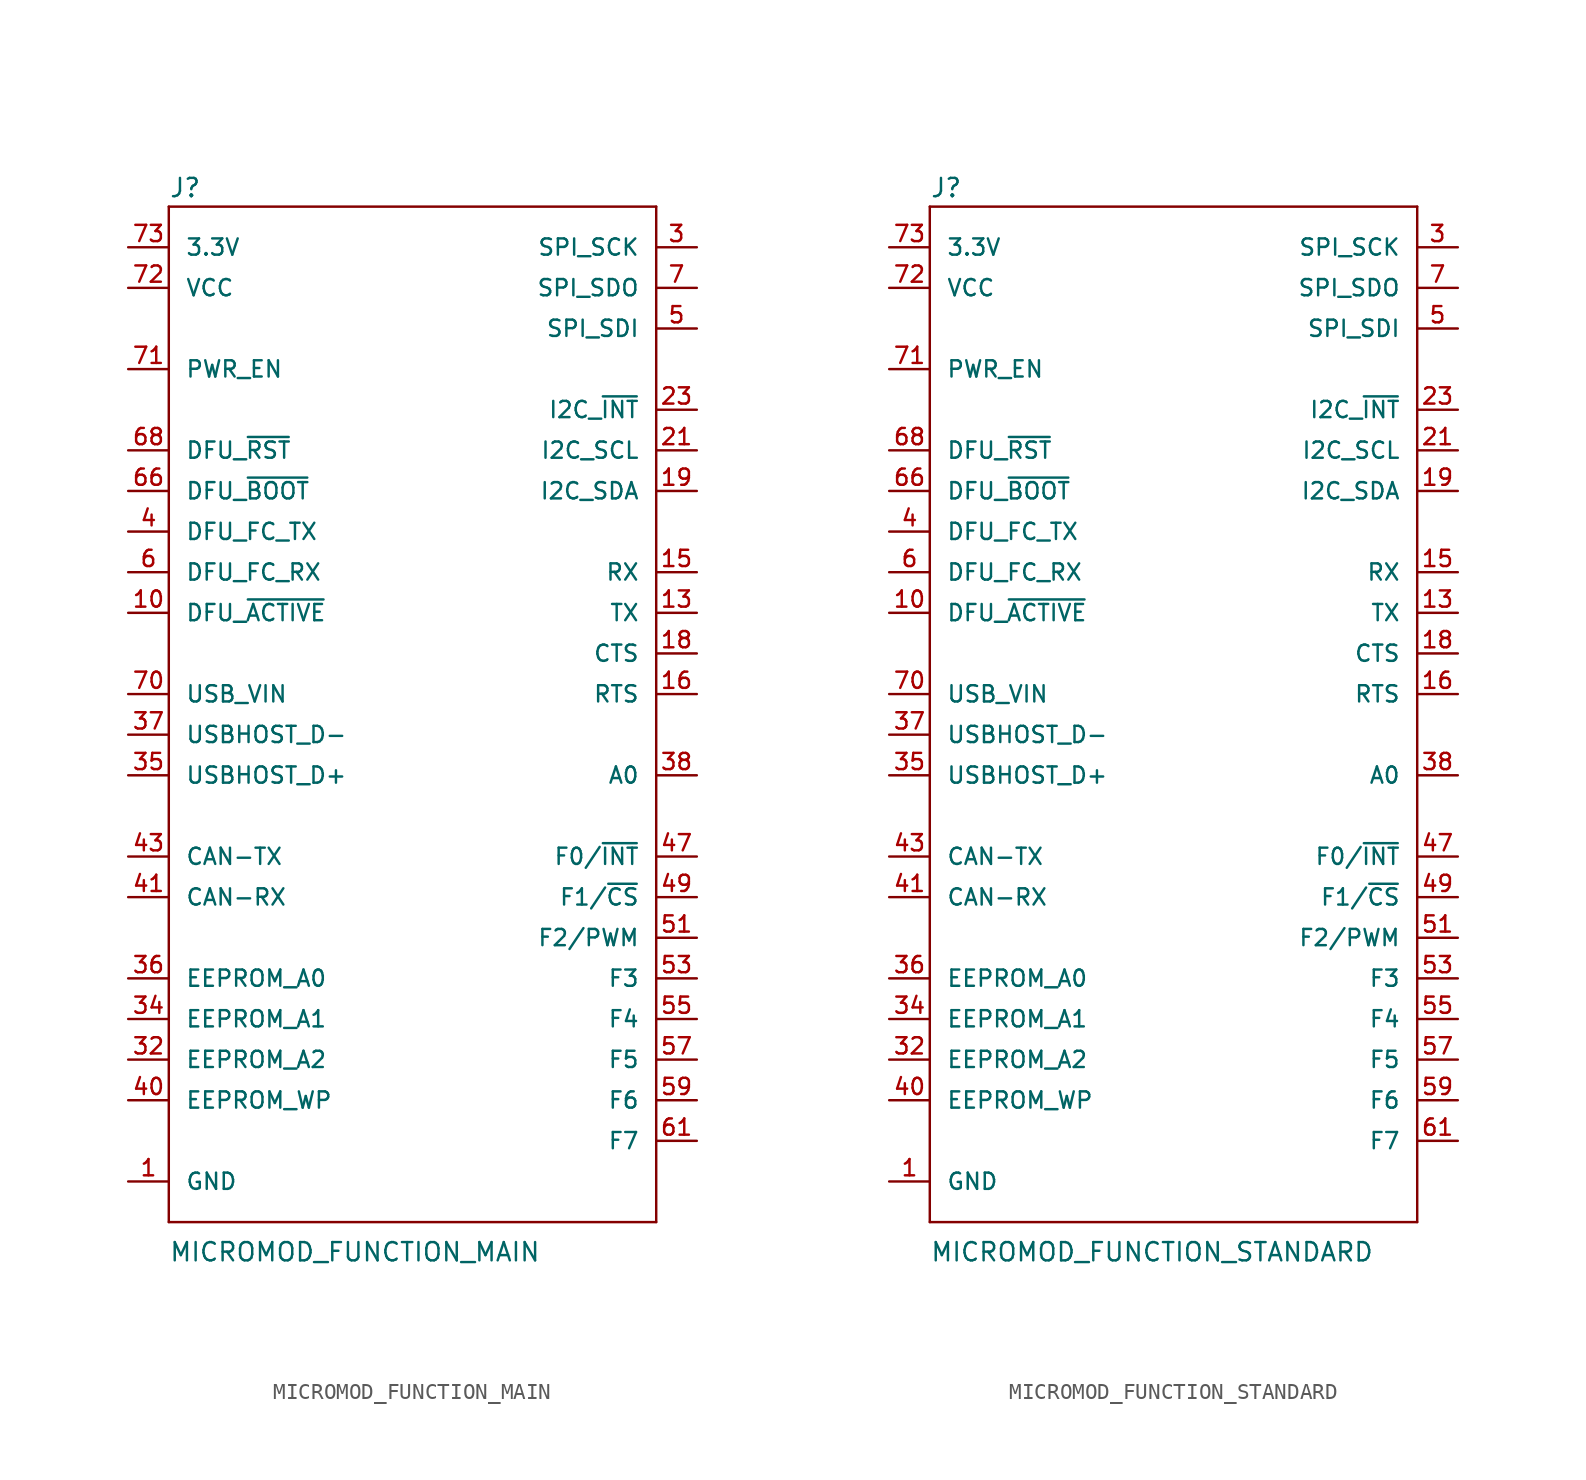
<source format=kicad_sym>
(kicad_symbol_lib
  (version 20211014)
  (generator kicad_symbol_editor)
  (symbol "MICROMOD_FUNCTION_MAIN"
    (pin_names
      (offset 1.016))
    (property "Reference" "J"
      (at -15.24 28.448 0)
      (effects (font (size 1.143 1.143)) (justify left bottom)))
    (property "Value" "MICROMOD_FUNCTION_MAIN"
      (at -15.24 -38.1 0)
      (effects (font (size 1.143 1.143)) (justify left bottom)))
    (property "ki_locked" ""
      (at 0 0 0)
      (effects (font (size 1.27 1.27))))
    (symbol "MICROMOD_FUNCTION_MAIN_1_0"
      (polyline (pts (xy -15.24 -35.56) (xy -15.24 27.94)) (stroke (width 0) (type default) (color 0 0 0 0)) (fill (type none)))
      (polyline (pts (xy -15.24 27.94) (xy 15.24 27.94)) (stroke (width 0) (type default) (color 0 0 0 0)) (fill (type none)))
      (polyline (pts (xy 15.24 -35.56) (xy -15.24 -35.56)) (stroke (width 0) (type default) (color 0 0 0 0)) (fill (type none)))
      (polyline (pts (xy 15.24 27.94) (xy 15.24 -35.56)) (stroke (width 0) (type default) (color 0 0 0 0)) (fill (type none))))
    (symbol "MICROMOD_FUNCTION_MAIN_1_1"
      (pin bidirectional line (at -17.78 -33.02 0) (length 2.54) (name "GND" (effects (font (size 1.016 1.016)))) (number "1" (effects (font (size 1.016 1.016)))))
      (pin bidirectional line (at -17.78 2.54 0) (length 2.54) (name "DFU_~{ACTIVE}" (effects (font (size 1.016 1.016)))) (number "10" (effects (font (size 1.016 1.016)))))
      (pin bidirectional line (at 17.78 2.54 180) (length 2.54) (name "TX" (effects (font (size 1.016 1.016)))) (number "13" (effects (font (size 1.016 1.016)))))
      (pin bidirectional line (at 17.78 5.08 180) (length 2.54) (name "RX" (effects (font (size 1.016 1.016)))) (number "15" (effects (font (size 1.016 1.016)))))
      (pin bidirectional line (at 17.78 -2.54 180) (length 2.54) (name "RTS" (effects (font (size 1.016 1.016)))) (number "16" (effects (font (size 1.016 1.016)))))
      (pin bidirectional line (at 17.78 0 180) (length 2.54) (name "CTS" (effects (font (size 1.016 1.016)))) (number "18" (effects (font (size 1.016 1.016)))))
      (pin bidirectional line (at 17.78 10.16 180) (length 2.54) (name "I2C_SDA" (effects (font (size 1.016 1.016)))) (number "19" (effects (font (size 1.016 1.016)))))
      (pin bidirectional line (at -17.78 -33.02 0) (length 2.54) hide (name "GND" (effects (font (size 1.016 1.016)))) (number "2" (effects (font (size 1.016 1.016)))))
      (pin bidirectional line (at 17.78 12.7 180) (length 2.54) (name "I2C_SCL" (effects (font (size 1.016 1.016)))) (number "21" (effects (font (size 1.016 1.016)))))
      (pin bidirectional line (at 17.78 15.24 180) (length 2.54) (name "I2C_~{INT}" (effects (font (size 1.016 1.016)))) (number "23" (effects (font (size 1.016 1.016)))))
      (pin bidirectional line (at 17.78 25.4 180) (length 2.54) (name "SPI_SCK" (effects (font (size 1.016 1.016)))) (number "3" (effects (font (size 1.016 1.016)))))
      (pin bidirectional line (at -17.78 -25.4 0) (length 2.54) (name "EEPROM_A2" (effects (font (size 1.016 1.016)))) (number "32" (effects (font (size 1.016 1.016)))))
      (pin bidirectional line (at -17.78 -33.02 0) (length 2.54) hide (name "GND" (effects (font (size 1.016 1.016)))) (number "33" (effects (font (size 1.016 1.016)))))
      (pin bidirectional line (at -17.78 -22.86 0) (length 2.54) (name "EEPROM_A1" (effects (font (size 1.016 1.016)))) (number "34" (effects (font (size 1.016 1.016)))))
      (pin bidirectional line (at -17.78 -7.62 0) (length 2.54) (name "USBHOST_D+" (effects (font (size 1.016 1.016)))) (number "35" (effects (font (size 1.016 1.016)))))
      (pin bidirectional line (at -17.78 -20.32 0) (length 2.54) (name "EEPROM_A0" (effects (font (size 1.016 1.016)))) (number "36" (effects (font (size 1.016 1.016)))))
      (pin bidirectional line (at -17.78 -5.08 0) (length 2.54) (name "USBHOST_D-" (effects (font (size 1.016 1.016)))) (number "37" (effects (font (size 1.016 1.016)))))
      (pin bidirectional line (at 17.78 -7.62 180) (length 2.54) (name "A0" (effects (font (size 1.016 1.016)))) (number "38" (effects (font (size 1.016 1.016)))))
      (pin bidirectional line (at -17.78 -33.02 0) (length 2.54) hide (name "GND" (effects (font (size 1.016 1.016)))) (number "39" (effects (font (size 1.016 1.016)))))
      (pin bidirectional line (at -17.78 7.62 0) (length 2.54) (name "DFU_FC_TX" (effects (font (size 1.016 1.016)))) (number "4" (effects (font (size 1.016 1.016)))))
      (pin bidirectional line (at -17.78 -27.94 0) (length 2.54) (name "EEPROM_WP" (effects (font (size 1.016 1.016)))) (number "40" (effects (font (size 1.016 1.016)))))
      (pin bidirectional line (at -17.78 -15.24 0) (length 2.54) (name "CAN-RX" (effects (font (size 1.016 1.016)))) (number "41" (effects (font (size 1.016 1.016)))))
      (pin bidirectional line (at -17.78 -12.7 0) (length 2.54) (name "CAN-TX" (effects (font (size 1.016 1.016)))) (number "43" (effects (font (size 1.016 1.016)))))
      (pin bidirectional line (at -17.78 -33.02 0) (length 2.54) hide (name "GND" (effects (font (size 1.016 1.016)))) (number "45" (effects (font (size 1.016 1.016)))))
      (pin bidirectional line (at 17.78 -12.7 180) (length 2.54) (name "F0/~{INT}" (effects (font (size 1.016 1.016)))) (number "47" (effects (font (size 1.016 1.016)))))
      (pin bidirectional line (at 17.78 -15.24 180) (length 2.54) (name "F1/~{CS}" (effects (font (size 1.016 1.016)))) (number "49" (effects (font (size 1.016 1.016)))))
      (pin bidirectional line (at 17.78 20.32 180) (length 2.54) (name "SPI_SDI" (effects (font (size 1.016 1.016)))) (number "5" (effects (font (size 1.016 1.016)))))
      (pin bidirectional line (at 17.78 -17.78 180) (length 2.54) (name "F2/PWM" (effects (font (size 1.016 1.016)))) (number "51" (effects (font (size 1.016 1.016)))))
      (pin bidirectional line (at 17.78 -20.32 180) (length 2.54) (name "F3" (effects (font (size 1.016 1.016)))) (number "53" (effects (font (size 1.016 1.016)))))
      (pin bidirectional line (at 17.78 -22.86 180) (length 2.54) (name "F4" (effects (font (size 1.016 1.016)))) (number "55" (effects (font (size 1.016 1.016)))))
      (pin bidirectional line (at 17.78 -25.4 180) (length 2.54) (name "F5" (effects (font (size 1.016 1.016)))) (number "57" (effects (font (size 1.016 1.016)))))
      (pin bidirectional line (at 17.78 -27.94 180) (length 2.54) (name "F6" (effects (font (size 1.016 1.016)))) (number "59" (effects (font (size 1.016 1.016)))))
      (pin bidirectional line (at -17.78 5.08 0) (length 2.54) (name "DFU_FC_RX" (effects (font (size 1.016 1.016)))) (number "6" (effects (font (size 1.016 1.016)))))
      (pin bidirectional line (at 17.78 -30.48 180) (length 2.54) (name "F7" (effects (font (size 1.016 1.016)))) (number "61" (effects (font (size 1.016 1.016)))))
      (pin bidirectional line (at -17.78 10.16 0) (length 2.54) (name "DFU_~{BOOT}" (effects (font (size 1.016 1.016)))) (number "66" (effects (font (size 1.016 1.016)))))
      (pin bidirectional line (at -17.78 12.7 0) (length 2.54) (name "DFU_~{RST}" (effects (font (size 1.016 1.016)))) (number "68" (effects (font (size 1.016 1.016)))))
      (pin bidirectional line (at 17.78 22.86 180) (length 2.54) (name "SPI_SDO" (effects (font (size 1.016 1.016)))) (number "7" (effects (font (size 1.016 1.016)))))
      (pin bidirectional line (at -17.78 -2.54 0) (length 2.54) (name "USB_VIN" (effects (font (size 1.016 1.016)))) (number "70" (effects (font (size 1.016 1.016)))))
      (pin bidirectional line (at -17.78 17.78 0) (length 2.54) (name "PWR_EN" (effects (font (size 1.016 1.016)))) (number "71" (effects (font (size 1.016 1.016)))))
      (pin bidirectional line (at -17.78 22.86 0) (length 2.54) (name "VCC" (effects (font (size 1.016 1.016)))) (number "72" (effects (font (size 1.016 1.016)))))
      (pin bidirectional line (at -17.78 25.4 0) (length 2.54) (name "3.3V" (effects (font (size 1.016 1.016)))) (number "73" (effects (font (size 1.016 1.016)))))
      (pin bidirectional line (at -17.78 22.86 0) (length 2.54) hide (name "VCC" (effects (font (size 1.016 1.016)))) (number "74" (effects (font (size 1.016 1.016)))))
      (pin bidirectional line (at -17.78 -33.02 0) (length 2.54) hide (name "GND" (effects (font (size 1.016 1.016)))) (number "75" (effects (font (size 1.016 1.016)))))
      (pin bidirectional line (at -17.78 -33.02 0) (length 2.54) hide (name "GND" (effects (font (size 1.016 1.016)))) (number "8" (effects (font (size 1.016 1.016)))))))
  (symbol "MICROMOD_FUNCTION_STANDARD"
    (pin_names
      (offset 1.016))
    (property "Reference" "J"
      (at -15.24 28.448 0)
      (effects (font (size 1.143 1.143)) (justify left bottom)))
    (property "Value" "MICROMOD_FUNCTION_STANDARD"
      (at -15.24 -38.1 0)
      (effects (font (size 1.143 1.143)) (justify left bottom)))
    (property "ki_locked" ""
      (at 0 0 0)
      (effects (font (size 1.27 1.27))))
    (symbol "MICROMOD_FUNCTION_STANDARD_1_0"
      (polyline (pts (xy -15.24 -35.56) (xy -15.24 27.94)) (stroke (width 0) (type default) (color 0 0 0 0)) (fill (type none)))
      (polyline (pts (xy -15.24 27.94) (xy 15.24 27.94)) (stroke (width 0) (type default) (color 0 0 0 0)) (fill (type none)))
      (polyline (pts (xy 15.24 -35.56) (xy -15.24 -35.56)) (stroke (width 0) (type default) (color 0 0 0 0)) (fill (type none)))
      (polyline (pts (xy 15.24 27.94) (xy 15.24 -35.56)) (stroke (width 0) (type default) (color 0 0 0 0)) (fill (type none))))
    (symbol "MICROMOD_FUNCTION_STANDARD_1_1"
      (pin bidirectional line (at -17.78 -33.02 0) (length 2.54) (name "GND" (effects (font (size 1.016 1.016)))) (number "1" (effects (font (size 1.016 1.016)))))
      (pin bidirectional line (at -17.78 2.54 0) (length 2.54) (name "DFU_~{ACTIVE}" (effects (font (size 1.016 1.016)))) (number "10" (effects (font (size 1.016 1.016)))))
      (pin bidirectional line (at 17.78 2.54 180) (length 2.54) (name "TX" (effects (font (size 1.016 1.016)))) (number "13" (effects (font (size 1.016 1.016)))))
      (pin bidirectional line (at 17.78 5.08 180) (length 2.54) (name "RX" (effects (font (size 1.016 1.016)))) (number "15" (effects (font (size 1.016 1.016)))))
      (pin bidirectional line (at 17.78 -2.54 180) (length 2.54) (name "RTS" (effects (font (size 1.016 1.016)))) (number "16" (effects (font (size 1.016 1.016)))))
      (pin bidirectional line (at 17.78 0 180) (length 2.54) (name "CTS" (effects (font (size 1.016 1.016)))) (number "18" (effects (font (size 1.016 1.016)))))
      (pin bidirectional line (at 17.78 10.16 180) (length 2.54) (name "I2C_SDA" (effects (font (size 1.016 1.016)))) (number "19" (effects (font (size 1.016 1.016)))))
      (pin bidirectional line (at -17.78 -33.02 0) (length 2.54) hide (name "GND" (effects (font (size 1.016 1.016)))) (number "2" (effects (font (size 1.016 1.016)))))
      (pin bidirectional line (at 17.78 12.7 180) (length 2.54) (name "I2C_SCL" (effects (font (size 1.016 1.016)))) (number "21" (effects (font (size 1.016 1.016)))))
      (pin bidirectional line (at 17.78 15.24 180) (length 2.54) (name "I2C_~{INT}" (effects (font (size 1.016 1.016)))) (number "23" (effects (font (size 1.016 1.016)))))
      (pin bidirectional line (at 17.78 25.4 180) (length 2.54) (name "SPI_SCK" (effects (font (size 1.016 1.016)))) (number "3" (effects (font (size 1.016 1.016)))))
      (pin bidirectional line (at -17.78 -25.4 0) (length 2.54) (name "EEPROM_A2" (effects (font (size 1.016 1.016)))) (number "32" (effects (font (size 1.016 1.016)))))
      (pin bidirectional line (at -17.78 -33.02 0) (length 2.54) hide (name "GND" (effects (font (size 1.016 1.016)))) (number "33" (effects (font (size 1.016 1.016)))))
      (pin bidirectional line (at -17.78 -22.86 0) (length 2.54) (name "EEPROM_A1" (effects (font (size 1.016 1.016)))) (number "34" (effects (font (size 1.016 1.016)))))
      (pin bidirectional line (at -17.78 -7.62 0) (length 2.54) (name "USBHOST_D+" (effects (font (size 1.016 1.016)))) (number "35" (effects (font (size 1.016 1.016)))))
      (pin bidirectional line (at -17.78 -20.32 0) (length 2.54) (name "EEPROM_A0" (effects (font (size 1.016 1.016)))) (number "36" (effects (font (size 1.016 1.016)))))
      (pin bidirectional line (at -17.78 -5.08 0) (length 2.54) (name "USBHOST_D-" (effects (font (size 1.016 1.016)))) (number "37" (effects (font (size 1.016 1.016)))))
      (pin bidirectional line (at 17.78 -7.62 180) (length 2.54) (name "A0" (effects (font (size 1.016 1.016)))) (number "38" (effects (font (size 1.016 1.016)))))
      (pin bidirectional line (at -17.78 -33.02 0) (length 2.54) hide (name "GND" (effects (font (size 1.016 1.016)))) (number "39" (effects (font (size 1.016 1.016)))))
      (pin bidirectional line (at -17.78 7.62 0) (length 2.54) (name "DFU_FC_TX" (effects (font (size 1.016 1.016)))) (number "4" (effects (font (size 1.016 1.016)))))
      (pin bidirectional line (at -17.78 -27.94 0) (length 2.54) (name "EEPROM_WP" (effects (font (size 1.016 1.016)))) (number "40" (effects (font (size 1.016 1.016)))))
      (pin bidirectional line (at -17.78 -15.24 0) (length 2.54) (name "CAN-RX" (effects (font (size 1.016 1.016)))) (number "41" (effects (font (size 1.016 1.016)))))
      (pin bidirectional line (at -17.78 -12.7 0) (length 2.54) (name "CAN-TX" (effects (font (size 1.016 1.016)))) (number "43" (effects (font (size 1.016 1.016)))))
      (pin bidirectional line (at -17.78 -33.02 0) (length 2.54) hide (name "GND" (effects (font (size 1.016 1.016)))) (number "45" (effects (font (size 1.016 1.016)))))
      (pin bidirectional line (at 17.78 -12.7 180) (length 2.54) (name "F0/~{INT}" (effects (font (size 1.016 1.016)))) (number "47" (effects (font (size 1.016 1.016)))))
      (pin bidirectional line (at 17.78 -15.24 180) (length 2.54) (name "F1/~{CS}" (effects (font (size 1.016 1.016)))) (number "49" (effects (font (size 1.016 1.016)))))
      (pin bidirectional line (at 17.78 20.32 180) (length 2.54) (name "SPI_SDI" (effects (font (size 1.016 1.016)))) (number "5" (effects (font (size 1.016 1.016)))))
      (pin bidirectional line (at 17.78 -17.78 180) (length 2.54) (name "F2/PWM" (effects (font (size 1.016 1.016)))) (number "51" (effects (font (size 1.016 1.016)))))
      (pin bidirectional line (at 17.78 -20.32 180) (length 2.54) (name "F3" (effects (font (size 1.016 1.016)))) (number "53" (effects (font (size 1.016 1.016)))))
      (pin bidirectional line (at 17.78 -22.86 180) (length 2.54) (name "F4" (effects (font (size 1.016 1.016)))) (number "55" (effects (font (size 1.016 1.016)))))
      (pin bidirectional line (at 17.78 -25.4 180) (length 2.54) (name "F5" (effects (font (size 1.016 1.016)))) (number "57" (effects (font (size 1.016 1.016)))))
      (pin bidirectional line (at 17.78 -27.94 180) (length 2.54) (name "F6" (effects (font (size 1.016 1.016)))) (number "59" (effects (font (size 1.016 1.016)))))
      (pin bidirectional line (at -17.78 5.08 0) (length 2.54) (name "DFU_FC_RX" (effects (font (size 1.016 1.016)))) (number "6" (effects (font (size 1.016 1.016)))))
      (pin bidirectional line (at 17.78 -30.48 180) (length 2.54) (name "F7" (effects (font (size 1.016 1.016)))) (number "61" (effects (font (size 1.016 1.016)))))
      (pin bidirectional line (at -17.78 10.16 0) (length 2.54) (name "DFU_~{BOOT}" (effects (font (size 1.016 1.016)))) (number "66" (effects (font (size 1.016 1.016)))))
      (pin bidirectional line (at -17.78 12.7 0) (length 2.54) (name "DFU_~{RST}" (effects (font (size 1.016 1.016)))) (number "68" (effects (font (size 1.016 1.016)))))
      (pin bidirectional line (at 17.78 22.86 180) (length 2.54) (name "SPI_SDO" (effects (font (size 1.016 1.016)))) (number "7" (effects (font (size 1.016 1.016)))))
      (pin bidirectional line (at -17.78 -2.54 0) (length 2.54) (name "USB_VIN" (effects (font (size 1.016 1.016)))) (number "70" (effects (font (size 1.016 1.016)))))
      (pin bidirectional line (at -17.78 17.78 0) (length 2.54) (name "PWR_EN" (effects (font (size 1.016 1.016)))) (number "71" (effects (font (size 1.016 1.016)))))
      (pin bidirectional line (at -17.78 22.86 0) (length 2.54) (name "VCC" (effects (font (size 1.016 1.016)))) (number "72" (effects (font (size 1.016 1.016)))))
      (pin bidirectional line (at -17.78 25.4 0) (length 2.54) (name "3.3V" (effects (font (size 1.016 1.016)))) (number "73" (effects (font (size 1.016 1.016)))))
      (pin bidirectional line (at -17.78 22.86 0) (length 2.54) hide (name "VCC" (effects (font (size 1.016 1.016)))) (number "74" (effects (font (size 1.016 1.016)))))
      (pin bidirectional line (at -17.78 -33.02 0) (length 2.54) hide (name "GND" (effects (font (size 1.016 1.016)))) (number "75" (effects (font (size 1.016 1.016)))))
      (pin bidirectional line (at -17.78 -33.02 0) (length 2.54) hide (name "GND" (effects (font (size 1.016 1.016)))) (number "8" (effects (font (size 1.016 1.016)))))
      (pin bidirectional line (at -17.78 -33.02 0) (length 2.54) hide (name "GND" (effects (font (size 1.016 1.016)))) (number "GND1" (effects (font (size 1.016 1.016)))))
      (pin bidirectional line (at -17.78 -33.02 0) (length 2.54) hide (name "GND" (effects (font (size 1.016 1.016)))) (number "GND2" (effects (font (size 1.016 1.016)))))
      (pin bidirectional line (at -17.78 -33.02 0) (length 2.54) hide (name "GND" (effects (font (size 1.016 1.016)))) (number "GND3" (effects (font (size 1.016 1.016)))))
      (pin bidirectional line (at -17.78 -33.02 0) (length 2.54) hide (name "GND" (effects (font (size 1.016 1.016)))) (number "GND4" (effects (font (size 1.016 1.016)))))
      (pin bidirectional line (at -17.78 -33.02 0) (length 2.54) hide (name "GND" (effects (font (size 1.016 1.016)))) (number "GND5" (effects (font (size 1.016 1.016)))))
      (pin bidirectional line (at -17.78 -33.02 0) (length 2.54) hide (name "GND" (effects (font (size 1.016 1.016)))) (number "GND6" (effects (font (size 1.016 1.016))))))))
</source>
